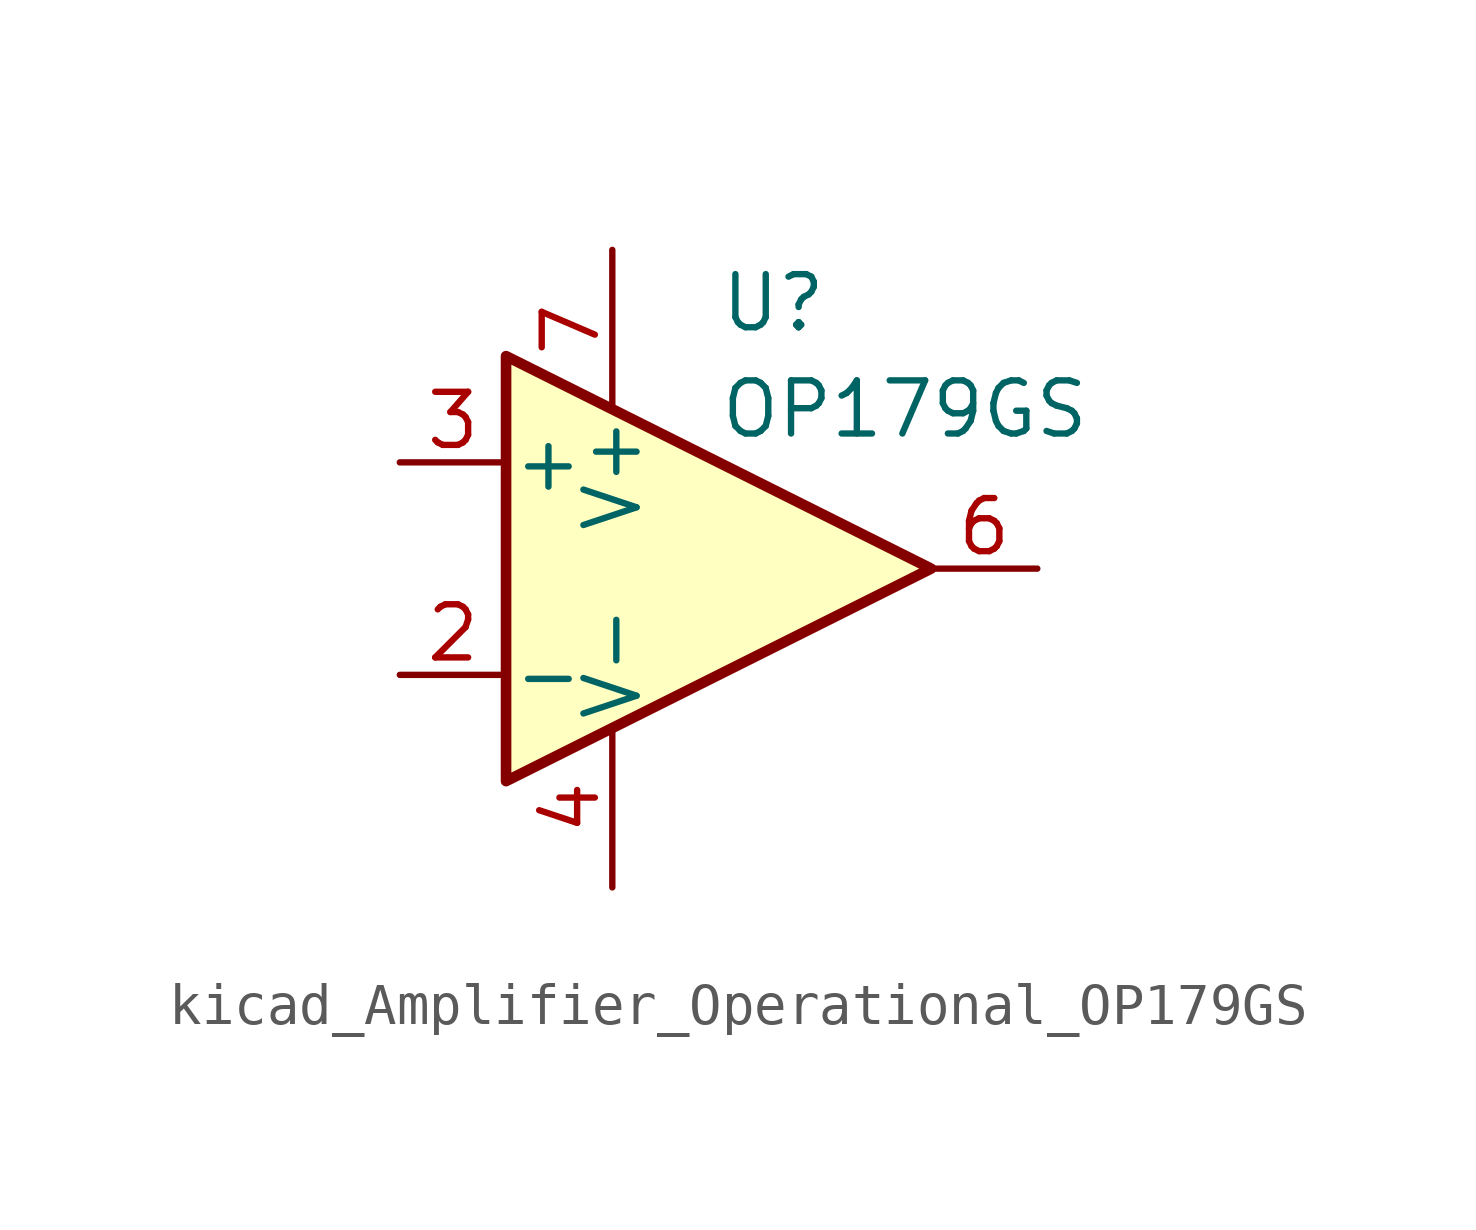
<source format=kicad_sym>
(kicad_symbol_lib
  (version 20220914)
  (generator kicad_symbol_editor)
  (symbol "kicad_Amplifier_Operational_OP179GS"
    (pin_names
      (offset 0.127))
    (property "Reference" "U"
      (at 0 6.35 0)
      (effects (font (size 1.27 1.27)) (justify left)))
    (property "Value" "OP179GS"
      (at 0 3.81 0)
      (effects (font (size 1.27 1.27)) (justify left)))
    (symbol "kicad_Amplifier_Operational_OP179GS_0_1"
      (polyline (pts (xy -5.08 5.08) (xy 5.08 0) (xy -5.08 -5.08) (xy -5.08 5.08)) (stroke (width 0.254) (type default)) (fill (type background))))
    (symbol "kicad_Amplifier_Operational_OP179GS_1_1"
      (pin no_connect line (at -5.08 -2.54 90) (length 2.54) hide (name "NC" (effects (font (size 1.27 1.27)))) (number "1" (effects (font (size 1.27 1.27)))))
      (pin input line (at -7.62 -2.54 0) (length 2.54) (name "-" (effects (font (size 1.27 1.27)))) (number "2" (effects (font (size 1.27 1.27)))))
      (pin input line (at -7.62 2.54 0) (length 2.54) (name "+" (effects (font (size 1.27 1.27)))) (number "3" (effects (font (size 1.27 1.27)))))
      (pin power_in line (at -2.54 -7.62 90) (length 3.81) (name "V-" (effects (font (size 1.27 1.27)))) (number "4" (effects (font (size 1.27 1.27)))))
      (pin no_connect line (at -2.54 -2.54 90) (length 2.54) hide (name "NC" (effects (font (size 1.27 1.27)))) (number "5" (effects (font (size 1.27 1.27)))))
      (pin output line (at 7.62 0 180) (length 2.54) (name "~" (effects (font (size 1.27 1.27)))) (number "6" (effects (font (size 1.27 1.27)))))
      (pin power_in line (at -2.54 7.62 270) (length 3.81) (name "V+" (effects (font (size 1.27 1.27)))) (number "7" (effects (font (size 1.27 1.27)))))
      (pin no_connect line (at 0 -2.54 90) (length 2.54) hide (name "NC" (effects (font (size 1.27 1.27)))) (number "8" (effects (font (size 1.27 1.27))))))))
</source>
